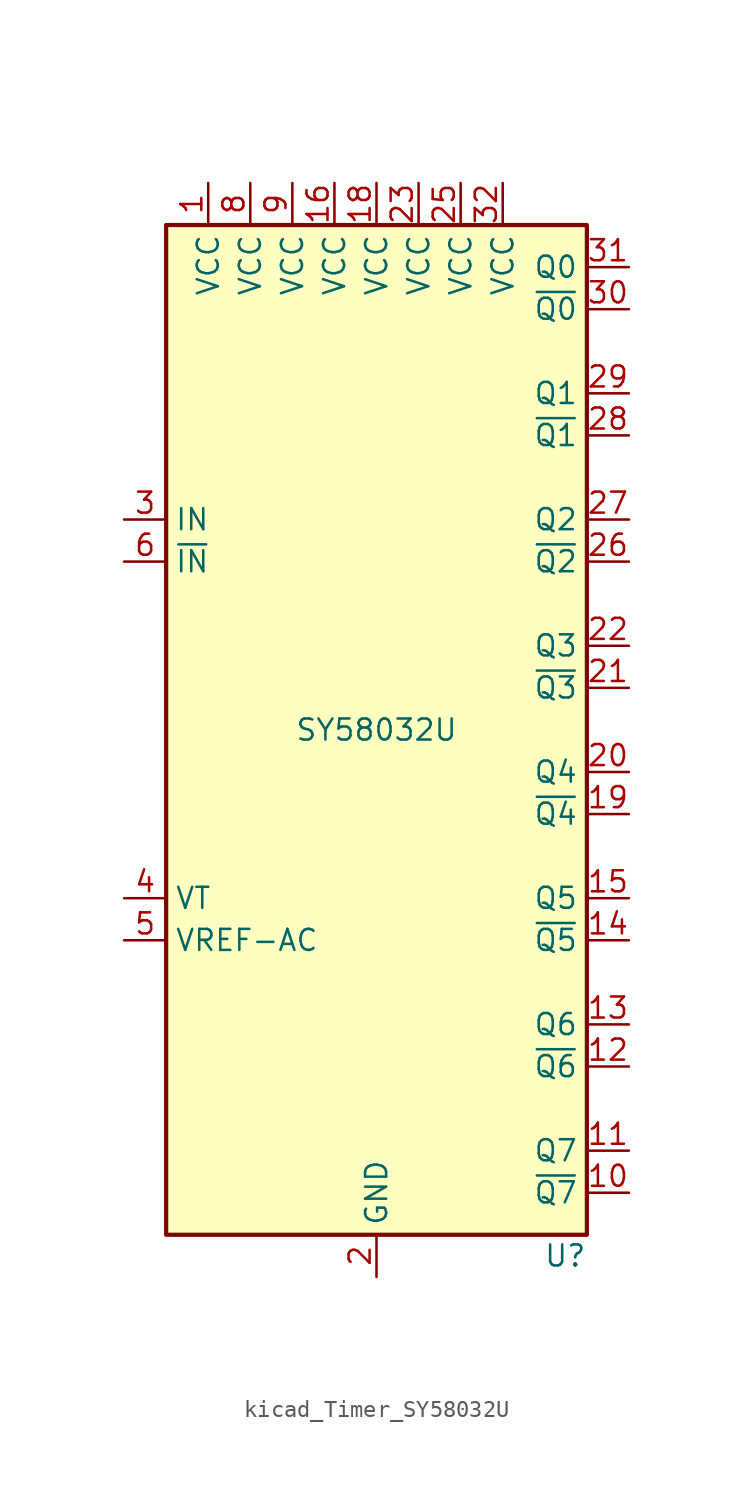
<source format=kicad_sym>
(kicad_symbol_lib
  (version 20220914)
  (generator kicad_symbol_editor)
  (symbol "kicad_Timer_SY58032U"
    (property "Reference" "U"
      (at 12.7 -31.75 0)
      (effects (font (size 1.27 1.27)) (justify right)))
    (property "Value" "SY58032U"
      (at 0 0 0)
      (effects (font (size 1.27 1.27))))
    (symbol "kicad_Timer_SY58032U_0_1"
      (rectangle (start 12.7 30.48) (end -12.7 -30.48) (stroke (width 0.254) (type default)) (fill (type background))))
    (symbol "kicad_Timer_SY58032U_1_1"
      (pin power_in line (at -10.16 33.02 270) (length 2.54) (name "VCC" (effects (font (size 1.27 1.27)))) (number "1" (effects (font (size 1.27 1.27)))))
      (pin open_emitter line (at 15.24 -27.94 180) (length 2.54) (name "~{Q7}" (effects (font (size 1.27 1.27)))) (number "10" (effects (font (size 1.27 1.27)))))
      (pin open_emitter line (at 15.24 -25.4 180) (length 2.54) (name "Q7" (effects (font (size 1.27 1.27)))) (number "11" (effects (font (size 1.27 1.27)))))
      (pin open_emitter line (at 15.24 -20.32 180) (length 2.54) (name "~{Q6}" (effects (font (size 1.27 1.27)))) (number "12" (effects (font (size 1.27 1.27)))))
      (pin open_emitter line (at 15.24 -17.78 180) (length 2.54) (name "Q6" (effects (font (size 1.27 1.27)))) (number "13" (effects (font (size 1.27 1.27)))))
      (pin open_emitter line (at 15.24 -12.7 180) (length 2.54) (name "~{Q5}" (effects (font (size 1.27 1.27)))) (number "14" (effects (font (size 1.27 1.27)))))
      (pin open_emitter line (at 15.24 -10.16 180) (length 2.54) (name "Q5" (effects (font (size 1.27 1.27)))) (number "15" (effects (font (size 1.27 1.27)))))
      (pin power_in line (at -2.54 33.02 270) (length 2.54) (name "VCC" (effects (font (size 1.27 1.27)))) (number "16" (effects (font (size 1.27 1.27)))))
      (pin passive line (at 0 -33.02 90) (length 2.54) hide (name "GND" (effects (font (size 1.27 1.27)))) (number "17" (effects (font (size 1.27 1.27)))))
      (pin power_in line (at 0 33.02 270) (length 2.54) (name "VCC" (effects (font (size 1.27 1.27)))) (number "18" (effects (font (size 1.27 1.27)))))
      (pin open_emitter line (at 15.24 -5.08 180) (length 2.54) (name "~{Q4}" (effects (font (size 1.27 1.27)))) (number "19" (effects (font (size 1.27 1.27)))))
      (pin power_in line (at 0 -33.02 90) (length 2.54) (name "GND" (effects (font (size 1.27 1.27)))) (number "2" (effects (font (size 1.27 1.27)))))
      (pin open_emitter line (at 15.24 -2.54 180) (length 2.54) (name "Q4" (effects (font (size 1.27 1.27)))) (number "20" (effects (font (size 1.27 1.27)))))
      (pin open_emitter line (at 15.24 2.54 180) (length 2.54) (name "~{Q3}" (effects (font (size 1.27 1.27)))) (number "21" (effects (font (size 1.27 1.27)))))
      (pin open_emitter line (at 15.24 5.08 180) (length 2.54) (name "Q3" (effects (font (size 1.27 1.27)))) (number "22" (effects (font (size 1.27 1.27)))))
      (pin power_in line (at 2.54 33.02 270) (length 2.54) (name "VCC" (effects (font (size 1.27 1.27)))) (number "23" (effects (font (size 1.27 1.27)))))
      (pin passive line (at 0 -33.02 90) (length 2.54) hide (name "GND" (effects (font (size 1.27 1.27)))) (number "24" (effects (font (size 1.27 1.27)))))
      (pin power_in line (at 5.08 33.02 270) (length 2.54) (name "VCC" (effects (font (size 1.27 1.27)))) (number "25" (effects (font (size 1.27 1.27)))))
      (pin open_emitter line (at 15.24 10.16 180) (length 2.54) (name "~{Q2}" (effects (font (size 1.27 1.27)))) (number "26" (effects (font (size 1.27 1.27)))))
      (pin open_emitter line (at 15.24 12.7 180) (length 2.54) (name "Q2" (effects (font (size 1.27 1.27)))) (number "27" (effects (font (size 1.27 1.27)))))
      (pin open_emitter line (at 15.24 17.78 180) (length 2.54) (name "~{Q1}" (effects (font (size 1.27 1.27)))) (number "28" (effects (font (size 1.27 1.27)))))
      (pin open_emitter line (at 15.24 20.32 180) (length 2.54) (name "Q1" (effects (font (size 1.27 1.27)))) (number "29" (effects (font (size 1.27 1.27)))))
      (pin input line (at -15.24 12.7 0) (length 2.54) (name "IN" (effects (font (size 1.27 1.27)))) (number "3" (effects (font (size 1.27 1.27)))))
      (pin open_emitter line (at 15.24 25.4 180) (length 2.54) (name "~{Q0}" (effects (font (size 1.27 1.27)))) (number "30" (effects (font (size 1.27 1.27)))))
      (pin open_emitter line (at 15.24 27.94 180) (length 2.54) (name "Q0" (effects (font (size 1.27 1.27)))) (number "31" (effects (font (size 1.27 1.27)))))
      (pin power_in line (at 7.62 33.02 270) (length 2.54) (name "VCC" (effects (font (size 1.27 1.27)))) (number "32" (effects (font (size 1.27 1.27)))))
      (pin passive line (at 0 -33.02 90) (length 2.54) hide (name "GND" (effects (font (size 1.27 1.27)))) (number "33" (effects (font (size 1.27 1.27)))))
      (pin passive line (at -15.24 -10.16 0) (length 2.54) (name "VT" (effects (font (size 1.27 1.27)))) (number "4" (effects (font (size 1.27 1.27)))))
      (pin passive line (at -15.24 -12.7 0) (length 2.54) (name "VREF-AC" (effects (font (size 1.27 1.27)))) (number "5" (effects (font (size 1.27 1.27)))))
      (pin input line (at -15.24 10.16 0) (length 2.54) (name "~{IN}" (effects (font (size 1.27 1.27)))) (number "6" (effects (font (size 1.27 1.27)))))
      (pin passive line (at 0 -33.02 90) (length 2.54) hide (name "GND" (effects (font (size 1.27 1.27)))) (number "7" (effects (font (size 1.27 1.27)))))
      (pin power_in line (at -7.62 33.02 270) (length 2.54) (name "VCC" (effects (font (size 1.27 1.27)))) (number "8" (effects (font (size 1.27 1.27)))))
      (pin power_in line (at -5.08 33.02 270) (length 2.54) (name "VCC" (effects (font (size 1.27 1.27)))) (number "9" (effects (font (size 1.27 1.27))))))))
</source>
